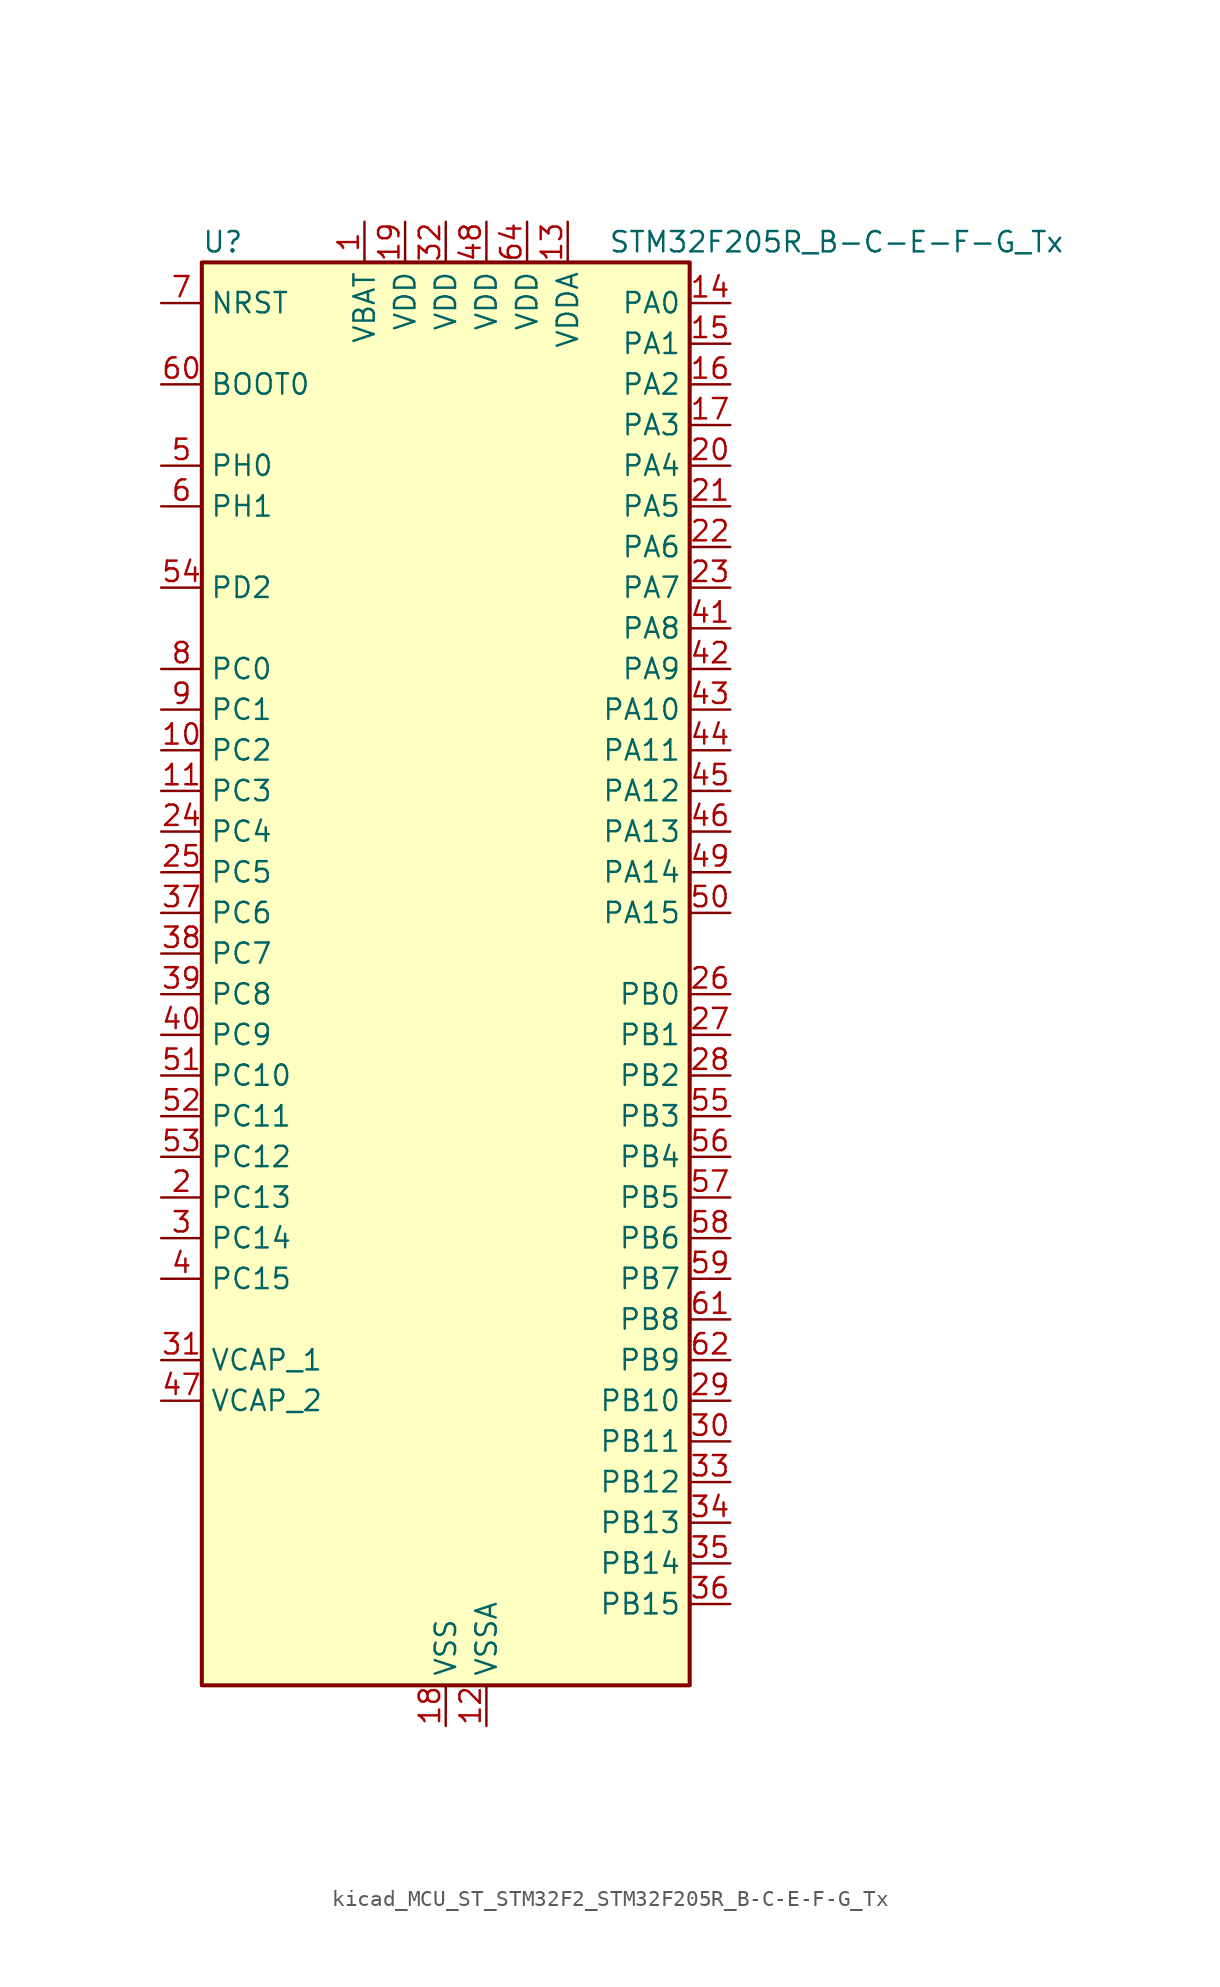
<source format=kicad_sym>
(kicad_symbol_lib
  (version 20220914)
  (generator kicad_symbol_editor)
  (symbol "kicad_MCU_ST_STM32F2_STM32F205R_B-C-E-F-G_Tx"
    (property "Reference" "U"
      (at -15.24 46.99 0)
      (effects (font (size 1.27 1.27)) (justify left)))
    (property "Value" "STM32F205R_B-C-E-F-G_Tx"
      (at 10.16 46.99 0)
      (effects (font (size 1.27 1.27)) (justify left)))
    (property "ki_locked" ""
      (at 0 0 0)
      (effects (font (size 1.27 1.27))))
    (symbol "kicad_MCU_ST_STM32F2_STM32F205R_B-C-E-F-G_Tx_0_1"
      (rectangle (start -15.24 -43.18) (end 15.24 45.72) (stroke (width 0.254) (type default)) (fill (type background))))
    (symbol "kicad_MCU_ST_STM32F2_STM32F205R_B-C-E-F-G_Tx_1_1"
      (pin power_in line (at -5.08 48.26 270) (length 2.54) (name "VBAT" (effects (font (size 1.27 1.27)))) (number "1" (effects (font (size 1.27 1.27)))))
      (pin bidirectional line (at -17.78 15.24 0) (length 2.54) (name "PC2" (effects (font (size 1.27 1.27)))) (number "10" (effects (font (size 1.27 1.27)))) (alternate "ADC1_IN12" bidirectional line) (alternate "ADC2_IN12" bidirectional line) (alternate "ADC3_IN12" bidirectional line) (alternate "SPI2_MISO" bidirectional line) (alternate "USB_OTG_HS_ULPI_DIR" bidirectional line))
      (pin bidirectional line (at -17.78 12.7 0) (length 2.54) (name "PC3" (effects (font (size 1.27 1.27)))) (number "11" (effects (font (size 1.27 1.27)))) (alternate "ADC1_IN13" bidirectional line) (alternate "ADC2_IN13" bidirectional line) (alternate "ADC3_IN13" bidirectional line) (alternate "I2S2_SD" bidirectional line) (alternate "SPI2_MOSI" bidirectional line) (alternate "USB_OTG_HS_ULPI_NXT" bidirectional line))
      (pin power_in line (at 2.54 -45.72 90) (length 2.54) (name "VSSA" (effects (font (size 1.27 1.27)))) (number "12" (effects (font (size 1.27 1.27)))))
      (pin power_in line (at 7.62 48.26 270) (length 2.54) (name "VDDA" (effects (font (size 1.27 1.27)))) (number "13" (effects (font (size 1.27 1.27)))))
      (pin bidirectional line (at 17.78 43.18 180) (length 2.54) (name "PA0" (effects (font (size 1.27 1.27)))) (number "14" (effects (font (size 1.27 1.27)))) (alternate "ADC1_IN0" bidirectional line) (alternate "ADC2_IN0" bidirectional line) (alternate "ADC3_IN0" bidirectional line) (alternate "SYS_WKUP" bidirectional line) (alternate "TIM2_CH1" bidirectional line) (alternate "TIM2_ETR" bidirectional line) (alternate "TIM5_CH1" bidirectional line) (alternate "TIM8_ETR" bidirectional line) (alternate "UART4_TX" bidirectional line) (alternate "USART2_CTS" bidirectional line))
      (pin bidirectional line (at 17.78 40.64 180) (length 2.54) (name "PA1" (effects (font (size 1.27 1.27)))) (number "15" (effects (font (size 1.27 1.27)))) (alternate "ADC1_IN1" bidirectional line) (alternate "ADC2_IN1" bidirectional line) (alternate "ADC3_IN1" bidirectional line) (alternate "TIM2_CH2" bidirectional line) (alternate "TIM5_CH2" bidirectional line) (alternate "UART4_RX" bidirectional line) (alternate "USART2_RTS" bidirectional line))
      (pin bidirectional line (at 17.78 38.1 180) (length 2.54) (name "PA2" (effects (font (size 1.27 1.27)))) (number "16" (effects (font (size 1.27 1.27)))) (alternate "ADC1_IN2" bidirectional line) (alternate "ADC2_IN2" bidirectional line) (alternate "ADC3_IN2" bidirectional line) (alternate "TIM2_CH3" bidirectional line) (alternate "TIM5_CH3" bidirectional line) (alternate "TIM9_CH1" bidirectional line) (alternate "USART2_TX" bidirectional line))
      (pin bidirectional line (at 17.78 35.56 180) (length 2.54) (name "PA3" (effects (font (size 1.27 1.27)))) (number "17" (effects (font (size 1.27 1.27)))) (alternate "ADC1_IN3" bidirectional line) (alternate "ADC2_IN3" bidirectional line) (alternate "ADC3_IN3" bidirectional line) (alternate "TIM2_CH4" bidirectional line) (alternate "TIM5_CH4" bidirectional line) (alternate "TIM9_CH2" bidirectional line) (alternate "USART2_RX" bidirectional line) (alternate "USB_OTG_HS_ULPI_D0" bidirectional line))
      (pin power_in line (at 0 -45.72 90) (length 2.54) (name "VSS" (effects (font (size 1.27 1.27)))) (number "18" (effects (font (size 1.27 1.27)))))
      (pin power_in line (at -2.54 48.26 270) (length 2.54) (name "VDD" (effects (font (size 1.27 1.27)))) (number "19" (effects (font (size 1.27 1.27)))))
      (pin bidirectional line (at -17.78 -12.7 0) (length 2.54) (name "PC13" (effects (font (size 1.27 1.27)))) (number "2" (effects (font (size 1.27 1.27)))) (alternate "RTC_AF1" bidirectional line))
      (pin bidirectional line (at 17.78 33.02 180) (length 2.54) (name "PA4" (effects (font (size 1.27 1.27)))) (number "20" (effects (font (size 1.27 1.27)))) (alternate "ADC1_IN4" bidirectional line) (alternate "ADC2_IN4" bidirectional line) (alternate "DAC_OUT1" bidirectional line) (alternate "I2S3_WS" bidirectional line) (alternate "SPI1_NSS" bidirectional line) (alternate "SPI3_NSS" bidirectional line) (alternate "USART2_CK" bidirectional line) (alternate "USB_OTG_HS_SOF" bidirectional line))
      (pin bidirectional line (at 17.78 30.48 180) (length 2.54) (name "PA5" (effects (font (size 1.27 1.27)))) (number "21" (effects (font (size 1.27 1.27)))) (alternate "ADC1_IN5" bidirectional line) (alternate "ADC2_IN5" bidirectional line) (alternate "DAC_OUT2" bidirectional line) (alternate "SPI1_SCK" bidirectional line) (alternate "TIM2_CH1" bidirectional line) (alternate "TIM2_ETR" bidirectional line) (alternate "TIM8_CH1N" bidirectional line) (alternate "USB_OTG_HS_ULPI_CK" bidirectional line))
      (pin bidirectional line (at 17.78 27.94 180) (length 2.54) (name "PA6" (effects (font (size 1.27 1.27)))) (number "22" (effects (font (size 1.27 1.27)))) (alternate "ADC1_IN6" bidirectional line) (alternate "ADC2_IN6" bidirectional line) (alternate "SPI1_MISO" bidirectional line) (alternate "TIM13_CH1" bidirectional line) (alternate "TIM1_BKIN" bidirectional line) (alternate "TIM3_CH1" bidirectional line) (alternate "TIM8_BKIN" bidirectional line))
      (pin bidirectional line (at 17.78 25.4 180) (length 2.54) (name "PA7" (effects (font (size 1.27 1.27)))) (number "23" (effects (font (size 1.27 1.27)))) (alternate "ADC1_IN7" bidirectional line) (alternate "ADC2_IN7" bidirectional line) (alternate "SPI1_MOSI" bidirectional line) (alternate "TIM14_CH1" bidirectional line) (alternate "TIM1_CH1N" bidirectional line) (alternate "TIM3_CH2" bidirectional line) (alternate "TIM8_CH1N" bidirectional line))
      (pin bidirectional line (at -17.78 10.16 0) (length 2.54) (name "PC4" (effects (font (size 1.27 1.27)))) (number "24" (effects (font (size 1.27 1.27)))) (alternate "ADC1_IN14" bidirectional line) (alternate "ADC2_IN14" bidirectional line))
      (pin bidirectional line (at -17.78 7.62 0) (length 2.54) (name "PC5" (effects (font (size 1.27 1.27)))) (number "25" (effects (font (size 1.27 1.27)))) (alternate "ADC1_IN15" bidirectional line) (alternate "ADC2_IN15" bidirectional line))
      (pin bidirectional line (at 17.78 0 180) (length 2.54) (name "PB0" (effects (font (size 1.27 1.27)))) (number "26" (effects (font (size 1.27 1.27)))) (alternate "ADC1_IN8" bidirectional line) (alternate "ADC2_IN8" bidirectional line) (alternate "TIM1_CH2N" bidirectional line) (alternate "TIM3_CH3" bidirectional line) (alternate "TIM8_CH2N" bidirectional line) (alternate "USB_OTG_HS_ULPI_D1" bidirectional line))
      (pin bidirectional line (at 17.78 -2.54 180) (length 2.54) (name "PB1" (effects (font (size 1.27 1.27)))) (number "27" (effects (font (size 1.27 1.27)))) (alternate "ADC1_IN9" bidirectional line) (alternate "ADC2_IN9" bidirectional line) (alternate "TIM1_CH3N" bidirectional line) (alternate "TIM3_CH4" bidirectional line) (alternate "TIM8_CH3N" bidirectional line) (alternate "USB_OTG_HS_ULPI_D2" bidirectional line))
      (pin bidirectional line (at 17.78 -5.08 180) (length 2.54) (name "PB2" (effects (font (size 1.27 1.27)))) (number "28" (effects (font (size 1.27 1.27)))))
      (pin bidirectional line (at 17.78 -25.4 180) (length 2.54) (name "PB10" (effects (font (size 1.27 1.27)))) (number "29" (effects (font (size 1.27 1.27)))) (alternate "I2C2_SCL" bidirectional line) (alternate "I2S2_SCK" bidirectional line) (alternate "SPI2_SCK" bidirectional line) (alternate "TIM2_CH3" bidirectional line) (alternate "USART3_TX" bidirectional line) (alternate "USB_OTG_HS_ULPI_D3" bidirectional line))
      (pin bidirectional line (at -17.78 -15.24 0) (length 2.54) (name "PC14" (effects (font (size 1.27 1.27)))) (number "3" (effects (font (size 1.27 1.27)))) (alternate "RCC_OSC32_IN" bidirectional line))
      (pin bidirectional line (at 17.78 -27.94 180) (length 2.54) (name "PB11" (effects (font (size 1.27 1.27)))) (number "30" (effects (font (size 1.27 1.27)))) (alternate "ADC1_EXTI11" bidirectional line) (alternate "ADC2_EXTI11" bidirectional line) (alternate "ADC3_EXTI11" bidirectional line) (alternate "I2C2_SDA" bidirectional line) (alternate "TIM2_CH4" bidirectional line) (alternate "USART3_RX" bidirectional line) (alternate "USB_OTG_HS_ULPI_D4" bidirectional line))
      (pin power_out line (at -17.78 -22.86 0) (length 2.54) (name "VCAP_1" (effects (font (size 1.27 1.27)))) (number "31" (effects (font (size 1.27 1.27)))))
      (pin power_in line (at 0 48.26 270) (length 2.54) (name "VDD" (effects (font (size 1.27 1.27)))) (number "32" (effects (font (size 1.27 1.27)))))
      (pin bidirectional line (at 17.78 -30.48 180) (length 2.54) (name "PB12" (effects (font (size 1.27 1.27)))) (number "33" (effects (font (size 1.27 1.27)))) (alternate "CAN2_RX" bidirectional line) (alternate "I2C2_SMBA" bidirectional line) (alternate "I2S2_WS" bidirectional line) (alternate "SPI2_NSS" bidirectional line) (alternate "TIM1_BKIN" bidirectional line) (alternate "USART3_CK" bidirectional line) (alternate "USB_OTG_HS_ID" bidirectional line) (alternate "USB_OTG_HS_ULPI_D5" bidirectional line))
      (pin bidirectional line (at 17.78 -33.02 180) (length 2.54) (name "PB13" (effects (font (size 1.27 1.27)))) (number "34" (effects (font (size 1.27 1.27)))) (alternate "CAN2_TX" bidirectional line) (alternate "I2S2_SCK" bidirectional line) (alternate "SPI2_SCK" bidirectional line) (alternate "TIM1_CH1N" bidirectional line) (alternate "USART3_CTS" bidirectional line) (alternate "USB_OTG_HS_ULPI_D6" bidirectional line) (alternate "USB_OTG_HS_VBUS" bidirectional line))
      (pin bidirectional line (at 17.78 -35.56 180) (length 2.54) (name "PB14" (effects (font (size 1.27 1.27)))) (number "35" (effects (font (size 1.27 1.27)))) (alternate "SPI2_MISO" bidirectional line) (alternate "TIM12_CH1" bidirectional line) (alternate "TIM1_CH2N" bidirectional line) (alternate "TIM8_CH2N" bidirectional line) (alternate "USART3_RTS" bidirectional line) (alternate "USB_OTG_HS_DM" bidirectional line))
      (pin bidirectional line (at 17.78 -38.1 180) (length 2.54) (name "PB15" (effects (font (size 1.27 1.27)))) (number "36" (effects (font (size 1.27 1.27)))) (alternate "ADC1_EXTI15" bidirectional line) (alternate "ADC2_EXTI15" bidirectional line) (alternate "ADC3_EXTI15" bidirectional line) (alternate "I2S2_SD" bidirectional line) (alternate "RTC_REFIN" bidirectional line) (alternate "SPI2_MOSI" bidirectional line) (alternate "TIM12_CH2" bidirectional line) (alternate "TIM1_CH3N" bidirectional line) (alternate "TIM8_CH3N" bidirectional line) (alternate "USB_OTG_HS_DP" bidirectional line))
      (pin bidirectional line (at -17.78 5.08 0) (length 2.54) (name "PC6" (effects (font (size 1.27 1.27)))) (number "37" (effects (font (size 1.27 1.27)))) (alternate "I2S2_MCK" bidirectional line) (alternate "SDIO_D6" bidirectional line) (alternate "TIM3_CH1" bidirectional line) (alternate "TIM8_CH1" bidirectional line) (alternate "USART6_TX" bidirectional line))
      (pin bidirectional line (at -17.78 2.54 0) (length 2.54) (name "PC7" (effects (font (size 1.27 1.27)))) (number "38" (effects (font (size 1.27 1.27)))) (alternate "I2S3_MCK" bidirectional line) (alternate "SDIO_D7" bidirectional line) (alternate "TIM3_CH2" bidirectional line) (alternate "TIM8_CH2" bidirectional line) (alternate "USART6_RX" bidirectional line))
      (pin bidirectional line (at -17.78 0 0) (length 2.54) (name "PC8" (effects (font (size 1.27 1.27)))) (number "39" (effects (font (size 1.27 1.27)))) (alternate "SDIO_D0" bidirectional line) (alternate "TIM3_CH3" bidirectional line) (alternate "TIM8_CH3" bidirectional line) (alternate "USART6_CK" bidirectional line))
      (pin bidirectional line (at -17.78 -17.78 0) (length 2.54) (name "PC15" (effects (font (size 1.27 1.27)))) (number "4" (effects (font (size 1.27 1.27)))) (alternate "ADC1_EXTI15" bidirectional line) (alternate "ADC2_EXTI15" bidirectional line) (alternate "ADC3_EXTI15" bidirectional line) (alternate "RCC_OSC32_OUT" bidirectional line))
      (pin bidirectional line (at -17.78 -2.54 0) (length 2.54) (name "PC9" (effects (font (size 1.27 1.27)))) (number "40" (effects (font (size 1.27 1.27)))) (alternate "DAC_EXTI9" bidirectional line) (alternate "I2C3_SDA" bidirectional line) (alternate "I2S_CKIN" bidirectional line) (alternate "RCC_MCO_2" bidirectional line) (alternate "SDIO_D1" bidirectional line) (alternate "TIM3_CH4" bidirectional line) (alternate "TIM8_CH4" bidirectional line))
      (pin bidirectional line (at 17.78 22.86 180) (length 2.54) (name "PA8" (effects (font (size 1.27 1.27)))) (number "41" (effects (font (size 1.27 1.27)))) (alternate "I2C3_SCL" bidirectional line) (alternate "RCC_MCO_1" bidirectional line) (alternate "TIM1_CH1" bidirectional line) (alternate "USART1_CK" bidirectional line) (alternate "USB_OTG_FS_SOF" bidirectional line))
      (pin bidirectional line (at 17.78 20.32 180) (length 2.54) (name "PA9" (effects (font (size 1.27 1.27)))) (number "42" (effects (font (size 1.27 1.27)))) (alternate "DAC_EXTI9" bidirectional line) (alternate "I2C3_SMBA" bidirectional line) (alternate "TIM1_CH2" bidirectional line) (alternate "USART1_TX" bidirectional line) (alternate "USB_OTG_FS_VBUS" bidirectional line))
      (pin bidirectional line (at 17.78 17.78 180) (length 2.54) (name "PA10" (effects (font (size 1.27 1.27)))) (number "43" (effects (font (size 1.27 1.27)))) (alternate "TIM1_CH3" bidirectional line) (alternate "USART1_RX" bidirectional line) (alternate "USB_OTG_FS_ID" bidirectional line))
      (pin bidirectional line (at 17.78 15.24 180) (length 2.54) (name "PA11" (effects (font (size 1.27 1.27)))) (number "44" (effects (font (size 1.27 1.27)))) (alternate "ADC1_EXTI11" bidirectional line) (alternate "ADC2_EXTI11" bidirectional line) (alternate "ADC3_EXTI11" bidirectional line) (alternate "CAN1_RX" bidirectional line) (alternate "TIM1_CH4" bidirectional line) (alternate "USART1_CTS" bidirectional line) (alternate "USB_OTG_FS_DM" bidirectional line))
      (pin bidirectional line (at 17.78 12.7 180) (length 2.54) (name "PA12" (effects (font (size 1.27 1.27)))) (number "45" (effects (font (size 1.27 1.27)))) (alternate "CAN1_TX" bidirectional line) (alternate "TIM1_ETR" bidirectional line) (alternate "USART1_RTS" bidirectional line) (alternate "USB_OTG_FS_DP" bidirectional line))
      (pin bidirectional line (at 17.78 10.16 180) (length 2.54) (name "PA13" (effects (font (size 1.27 1.27)))) (number "46" (effects (font (size 1.27 1.27)))) (alternate "SYS_JTMS-SWDIO" bidirectional line))
      (pin power_out line (at -17.78 -25.4 0) (length 2.54) (name "VCAP_2" (effects (font (size 1.27 1.27)))) (number "47" (effects (font (size 1.27 1.27)))))
      (pin power_in line (at 2.54 48.26 270) (length 2.54) (name "VDD" (effects (font (size 1.27 1.27)))) (number "48" (effects (font (size 1.27 1.27)))))
      (pin bidirectional line (at 17.78 7.62 180) (length 2.54) (name "PA14" (effects (font (size 1.27 1.27)))) (number "49" (effects (font (size 1.27 1.27)))) (alternate "SYS_JTCK-SWCLK" bidirectional line))
      (pin bidirectional line (at -17.78 33.02 0) (length 2.54) (name "PH0" (effects (font (size 1.27 1.27)))) (number "5" (effects (font (size 1.27 1.27)))) (alternate "RCC_OSC_IN" bidirectional line))
      (pin bidirectional line (at 17.78 5.08 180) (length 2.54) (name "PA15" (effects (font (size 1.27 1.27)))) (number "50" (effects (font (size 1.27 1.27)))) (alternate "ADC1_EXTI15" bidirectional line) (alternate "ADC2_EXTI15" bidirectional line) (alternate "ADC3_EXTI15" bidirectional line) (alternate "I2S3_WS" bidirectional line) (alternate "SPI1_NSS" bidirectional line) (alternate "SPI3_NSS" bidirectional line) (alternate "SYS_JTDI" bidirectional line) (alternate "TIM2_CH1" bidirectional line) (alternate "TIM2_ETR" bidirectional line))
      (pin bidirectional line (at -17.78 -5.08 0) (length 2.54) (name "PC10" (effects (font (size 1.27 1.27)))) (number "51" (effects (font (size 1.27 1.27)))) (alternate "I2S3_SCK" bidirectional line) (alternate "SDIO_D2" bidirectional line) (alternate "SPI3_SCK" bidirectional line) (alternate "UART4_TX" bidirectional line) (alternate "USART3_TX" bidirectional line))
      (pin bidirectional line (at -17.78 -7.62 0) (length 2.54) (name "PC11" (effects (font (size 1.27 1.27)))) (number "52" (effects (font (size 1.27 1.27)))) (alternate "ADC1_EXTI11" bidirectional line) (alternate "ADC2_EXTI11" bidirectional line) (alternate "ADC3_EXTI11" bidirectional line) (alternate "SDIO_D3" bidirectional line) (alternate "SPI3_MISO" bidirectional line) (alternate "UART4_RX" bidirectional line) (alternate "USART3_RX" bidirectional line))
      (pin bidirectional line (at -17.78 -10.16 0) (length 2.54) (name "PC12" (effects (font (size 1.27 1.27)))) (number "53" (effects (font (size 1.27 1.27)))) (alternate "I2S3_SD" bidirectional line) (alternate "SDIO_CK" bidirectional line) (alternate "SPI3_MOSI" bidirectional line) (alternate "UART5_TX" bidirectional line) (alternate "USART3_CK" bidirectional line))
      (pin bidirectional line (at -17.78 25.4 0) (length 2.54) (name "PD2" (effects (font (size 1.27 1.27)))) (number "54" (effects (font (size 1.27 1.27)))) (alternate "SDIO_CMD" bidirectional line) (alternate "TIM3_ETR" bidirectional line) (alternate "UART5_RX" bidirectional line))
      (pin bidirectional line (at 17.78 -7.62 180) (length 2.54) (name "PB3" (effects (font (size 1.27 1.27)))) (number "55" (effects (font (size 1.27 1.27)))) (alternate "I2S3_SCK" bidirectional line) (alternate "SPI1_SCK" bidirectional line) (alternate "SPI3_SCK" bidirectional line) (alternate "SYS_JTDO-SWO" bidirectional line) (alternate "TIM2_CH2" bidirectional line))
      (pin bidirectional line (at 17.78 -10.16 180) (length 2.54) (name "PB4" (effects (font (size 1.27 1.27)))) (number "56" (effects (font (size 1.27 1.27)))) (alternate "SPI1_MISO" bidirectional line) (alternate "SPI3_MISO" bidirectional line) (alternate "SYS_JTRST" bidirectional line) (alternate "TIM3_CH1" bidirectional line))
      (pin bidirectional line (at 17.78 -12.7 180) (length 2.54) (name "PB5" (effects (font (size 1.27 1.27)))) (number "57" (effects (font (size 1.27 1.27)))) (alternate "CAN2_RX" bidirectional line) (alternate "I2C1_SMBA" bidirectional line) (alternate "I2S3_SD" bidirectional line) (alternate "SPI1_MOSI" bidirectional line) (alternate "SPI3_MOSI" bidirectional line) (alternate "TIM3_CH2" bidirectional line) (alternate "USB_OTG_HS_ULPI_D7" bidirectional line))
      (pin bidirectional line (at 17.78 -15.24 180) (length 2.54) (name "PB6" (effects (font (size 1.27 1.27)))) (number "58" (effects (font (size 1.27 1.27)))) (alternate "CAN2_TX" bidirectional line) (alternate "I2C1_SCL" bidirectional line) (alternate "TIM4_CH1" bidirectional line) (alternate "USART1_TX" bidirectional line))
      (pin bidirectional line (at 17.78 -17.78 180) (length 2.54) (name "PB7" (effects (font (size 1.27 1.27)))) (number "59" (effects (font (size 1.27 1.27)))) (alternate "I2C1_SDA" bidirectional line) (alternate "TIM4_CH2" bidirectional line) (alternate "USART1_RX" bidirectional line))
      (pin bidirectional line (at -17.78 30.48 0) (length 2.54) (name "PH1" (effects (font (size 1.27 1.27)))) (number "6" (effects (font (size 1.27 1.27)))) (alternate "RCC_OSC_OUT" bidirectional line))
      (pin input line (at -17.78 38.1 0) (length 2.54) (name "BOOT0" (effects (font (size 1.27 1.27)))) (number "60" (effects (font (size 1.27 1.27)))))
      (pin bidirectional line (at 17.78 -20.32 180) (length 2.54) (name "PB8" (effects (font (size 1.27 1.27)))) (number "61" (effects (font (size 1.27 1.27)))) (alternate "CAN1_RX" bidirectional line) (alternate "I2C1_SCL" bidirectional line) (alternate "SDIO_D4" bidirectional line) (alternate "TIM10_CH1" bidirectional line) (alternate "TIM4_CH3" bidirectional line))
      (pin bidirectional line (at 17.78 -22.86 180) (length 2.54) (name "PB9" (effects (font (size 1.27 1.27)))) (number "62" (effects (font (size 1.27 1.27)))) (alternate "CAN1_TX" bidirectional line) (alternate "DAC_EXTI9" bidirectional line) (alternate "I2C1_SDA" bidirectional line) (alternate "I2S2_WS" bidirectional line) (alternate "SDIO_D5" bidirectional line) (alternate "SPI2_NSS" bidirectional line) (alternate "TIM11_CH1" bidirectional line) (alternate "TIM4_CH4" bidirectional line))
      (pin passive line (at 0 -45.72 90) (length 2.54) hide (name "VSS" (effects (font (size 1.27 1.27)))) (number "63" (effects (font (size 1.27 1.27)))))
      (pin power_in line (at 5.08 48.26 270) (length 2.54) (name "VDD" (effects (font (size 1.27 1.27)))) (number "64" (effects (font (size 1.27 1.27)))))
      (pin input line (at -17.78 43.18 0) (length 2.54) (name "NRST" (effects (font (size 1.27 1.27)))) (number "7" (effects (font (size 1.27 1.27)))))
      (pin bidirectional line (at -17.78 20.32 0) (length 2.54) (name "PC0" (effects (font (size 1.27 1.27)))) (number "8" (effects (font (size 1.27 1.27)))) (alternate "ADC1_IN10" bidirectional line) (alternate "ADC2_IN10" bidirectional line) (alternate "ADC3_IN10" bidirectional line) (alternate "USB_OTG_HS_ULPI_STP" bidirectional line))
      (pin bidirectional line (at -17.78 17.78 0) (length 2.54) (name "PC1" (effects (font (size 1.27 1.27)))) (number "9" (effects (font (size 1.27 1.27)))) (alternate "ADC1_IN11" bidirectional line) (alternate "ADC2_IN11" bidirectional line) (alternate "ADC3_IN11" bidirectional line)))))
</source>
